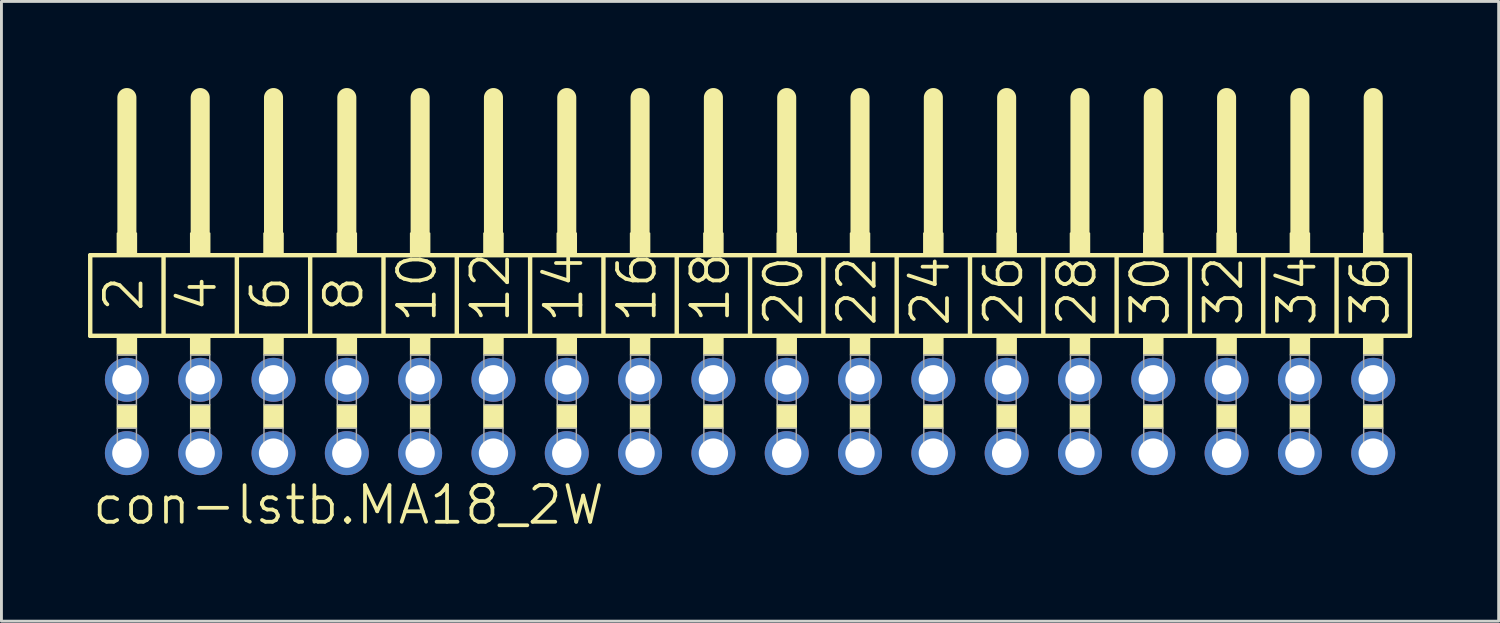
<source format=kicad_pcb>
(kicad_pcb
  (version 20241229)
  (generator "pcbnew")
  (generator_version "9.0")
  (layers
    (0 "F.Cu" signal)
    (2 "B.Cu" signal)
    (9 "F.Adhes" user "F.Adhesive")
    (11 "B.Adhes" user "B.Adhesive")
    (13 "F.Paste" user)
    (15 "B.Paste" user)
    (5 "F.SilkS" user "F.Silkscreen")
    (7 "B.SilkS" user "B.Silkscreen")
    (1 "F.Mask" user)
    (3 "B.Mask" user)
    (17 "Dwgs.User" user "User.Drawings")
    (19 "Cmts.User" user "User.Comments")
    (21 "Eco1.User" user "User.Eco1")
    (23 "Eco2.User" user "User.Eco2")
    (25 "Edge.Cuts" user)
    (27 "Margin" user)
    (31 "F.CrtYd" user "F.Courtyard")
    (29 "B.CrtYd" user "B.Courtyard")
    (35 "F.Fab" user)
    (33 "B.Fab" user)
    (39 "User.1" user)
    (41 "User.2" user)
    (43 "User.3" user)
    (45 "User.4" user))
  (footprint "con-lstb.MA18_2W"
    (layer "F.Cu")
    (at 22.936 11.379)
    (property "Reference" "con-lstb.MA18_2W" (at -22.86 3.81 0) (layer "F.SilkS") (effects (font (size 1.27 1.27) (thickness 0.13)) (justify left bottom)))
    (attr through_hole)
    (fp_line (start -22.86 -5.588) (end -20.32 -5.588) (stroke (width 0.152) (type default)) (layer "F.SilkS"))
    (fp_line (start -22.86 -2.794) (end -22.86 -5.588) (stroke (width 0.152) (type default)) (layer "F.SilkS"))
    (fp_line (start -21.59 -6.35) (end -21.59 -11.049) (stroke (width 0.66) (type default)) (layer "F.SilkS"))
    (fp_line (start -20.32 -5.588) (end -17.78 -5.588) (stroke (width 0.152) (type default)) (layer "F.SilkS"))
    (fp_line (start -20.32 -2.794) (end -22.86 -2.794) (stroke (width 0.152) (type default)) (layer "F.SilkS"))
    (fp_line (start -20.32 -2.794) (end -20.32 -5.588) (stroke (width 0.152) (type default)) (layer "F.SilkS"))
    (fp_line (start -20.32 -2.794) (end -17.78 -2.794) (stroke (width 0.152) (type default)) (layer "F.SilkS"))
    (fp_line (start -19.05 -6.35) (end -19.05 -11.049) (stroke (width 0.66) (type default)) (layer "F.SilkS"))
    (fp_line (start -17.78 -5.588) (end -15.24 -5.588) (stroke (width 0.152) (type default)) (layer "F.SilkS"))
    (fp_line (start -17.78 -2.794) (end -17.78 -5.588) (stroke (width 0.152) (type default)) (layer "F.SilkS"))
    (fp_line (start -16.51 -6.35) (end -16.51 -11.049) (stroke (width 0.66) (type default)) (layer "F.SilkS"))
    (fp_line (start -15.24 -5.588) (end -12.7 -5.588) (stroke (width 0.152) (type default)) (layer "F.SilkS"))
    (fp_line (start -15.24 -2.794) (end -17.78 -2.794) (stroke (width 0.152) (type default)) (layer "F.SilkS"))
    (fp_line (start -15.24 -2.794) (end -15.24 -5.588) (stroke (width 0.152) (type default)) (layer "F.SilkS"))
    (fp_line (start -13.97 -6.35) (end -13.97 -11.049) (stroke (width 0.66) (type default)) (layer "F.SilkS"))
    (fp_line (start -12.7 -5.588) (end -10.16 -5.588) (stroke (width 0.152) (type default)) (layer "F.SilkS"))
    (fp_line (start -12.7 -2.794) (end -15.24 -2.794) (stroke (width 0.152) (type default)) (layer "F.SilkS"))
    (fp_line (start -12.7 -2.794) (end -12.7 -5.588) (stroke (width 0.152) (type default)) (layer "F.SilkS"))
    (fp_line (start -11.43 -6.35) (end -11.43 -11.049) (stroke (width 0.66) (type default)) (layer "F.SilkS"))
    (fp_line (start -10.16 -5.588) (end -7.62 -5.588) (stroke (width 0.152) (type default)) (layer "F.SilkS"))
    (fp_line (start -10.16 -2.794) (end -12.7 -2.794) (stroke (width 0.152) (type default)) (layer "F.SilkS"))
    (fp_line (start -10.16 -2.794) (end -10.16 -5.588) (stroke (width 0.152) (type default)) (layer "F.SilkS"))
    (fp_line (start -8.89 -6.35) (end -8.89 -11.049) (stroke (width 0.66) (type default)) (layer "F.SilkS"))
    (fp_line (start -7.62 -5.588) (end -5.08 -5.588) (stroke (width 0.152) (type default)) (layer "F.SilkS"))
    (fp_line (start -7.62 -2.794) (end -10.16 -2.794) (stroke (width 0.152) (type default)) (layer "F.SilkS"))
    (fp_line (start -7.62 -2.794) (end -7.62 -5.588) (stroke (width 0.152) (type default)) (layer "F.SilkS"))
    (fp_line (start -7.62 -2.794) (end -5.08 -2.794) (stroke (width 0.152) (type default)) (layer "F.SilkS"))
    (fp_line (start -6.35 -6.35) (end -6.35 -11.049) (stroke (width 0.66) (type default)) (layer "F.SilkS"))
    (fp_line (start -5.08 -5.588) (end -2.54 -5.588) (stroke (width 0.152) (type default)) (layer "F.SilkS"))
    (fp_line (start -5.08 -2.794) (end -5.08 -5.588) (stroke (width 0.152) (type default)) (layer "F.SilkS"))
    (fp_line (start -3.81 -6.35) (end -3.81 -11.049) (stroke (width 0.66) (type default)) (layer "F.SilkS"))
    (fp_line (start -2.54 -5.588) (end 0 -5.588) (stroke (width 0.152) (type default)) (layer "F.SilkS"))
    (fp_line (start -2.54 -2.794) (end -5.08 -2.794) (stroke (width 0.152) (type default)) (layer "F.SilkS"))
    (fp_line (start -2.54 -2.794) (end -2.54 -5.588) (stroke (width 0.152) (type default)) (layer "F.SilkS"))
    (fp_line (start -1.27 -6.35) (end -1.27 -11.049) (stroke (width 0.66) (type default)) (layer "F.SilkS"))
    (fp_line (start 0 -5.588) (end 2.54 -5.588) (stroke (width 0.152) (type default)) (layer "F.SilkS"))
    (fp_line (start 0 -2.794) (end -2.54 -2.794) (stroke (width 0.152) (type default)) (layer "F.SilkS"))
    (fp_line (start 0 -2.794) (end 0 -5.588) (stroke (width 0.152) (type default)) (layer "F.SilkS"))
    (fp_line (start 1.27 -6.35) (end 1.27 -11.049) (stroke (width 0.66) (type default)) (layer "F.SilkS"))
    (fp_line (start 2.54 -5.588) (end 5.08 -5.588) (stroke (width 0.152) (type default)) (layer "F.SilkS"))
    (fp_line (start 2.54 -2.794) (end 0 -2.794) (stroke (width 0.152) (type default)) (layer "F.SilkS"))
    (fp_line (start 2.54 -2.794) (end 2.54 -5.588) (stroke (width 0.152) (type default)) (layer "F.SilkS"))
    (fp_line (start 3.81 -6.35) (end 3.81 -11.049) (stroke (width 0.66) (type default)) (layer "F.SilkS"))
    (fp_line (start 5.08 -5.588) (end 7.62 -5.588) (stroke (width 0.152) (type default)) (layer "F.SilkS"))
    (fp_line (start 5.08 -2.794) (end 2.54 -2.794) (stroke (width 0.152) (type default)) (layer "F.SilkS"))
    (fp_line (start 5.08 -2.794) (end 5.08 -5.588) (stroke (width 0.152) (type default)) (layer "F.SilkS"))
    (fp_line (start 5.08 -2.794) (end 7.62 -2.794) (stroke (width 0.152) (type default)) (layer "F.SilkS"))
    (fp_line (start 6.35 -6.35) (end 6.35 -11.049) (stroke (width 0.66) (type default)) (layer "F.SilkS"))
    (fp_line (start 7.62 -5.588) (end 10.16 -5.588) (stroke (width 0.152) (type default)) (layer "F.SilkS"))
    (fp_line (start 7.62 -2.794) (end 7.62 -5.588) (stroke (width 0.152) (type default)) (layer "F.SilkS"))
    (fp_line (start 8.89 -6.35) (end 8.89 -11.049) (stroke (width 0.66) (type default)) (layer "F.SilkS"))
    (fp_line (start 10.16 -5.588) (end 12.7 -5.588) (stroke (width 0.152) (type default)) (layer "F.SilkS"))
    (fp_line (start 10.16 -2.794) (end 7.62 -2.794) (stroke (width 0.152) (type default)) (layer "F.SilkS"))
    (fp_line (start 10.16 -2.794) (end 10.16 -5.588) (stroke (width 0.152) (type default)) (layer "F.SilkS"))
    (fp_line (start 11.43 -6.35) (end 11.43 -11.049) (stroke (width 0.66) (type default)) (layer "F.SilkS"))
    (fp_line (start 12.7 -5.588) (end 15.24 -5.588) (stroke (width 0.152) (type default)) (layer "F.SilkS"))
    (fp_line (start 12.7 -2.794) (end 10.16 -2.794) (stroke (width 0.152) (type default)) (layer "F.SilkS"))
    (fp_line (start 12.7 -2.794) (end 12.7 -5.588) (stroke (width 0.152) (type default)) (layer "F.SilkS"))
    (fp_line (start 13.97 -6.35) (end 13.97 -11.049) (stroke (width 0.66) (type default)) (layer "F.SilkS"))
    (fp_line (start 15.24 -5.588) (end 17.78 -5.588) (stroke (width 0.152) (type default)) (layer "F.SilkS"))
    (fp_line (start 15.24 -2.794) (end 12.7 -2.794) (stroke (width 0.152) (type default)) (layer "F.SilkS"))
    (fp_line (start 15.24 -2.794) (end 15.24 -5.588) (stroke (width 0.152) (type default)) (layer "F.SilkS"))
    (fp_line (start 16.51 -6.35) (end 16.51 -11.049) (stroke (width 0.66) (type default)) (layer "F.SilkS"))
    (fp_line (start 17.78 -5.588) (end 20.32 -5.588) (stroke (width 0.152) (type default)) (layer "F.SilkS"))
    (fp_line (start 17.78 -2.794) (end 15.24 -2.794) (stroke (width 0.152) (type default)) (layer "F.SilkS"))
    (fp_line (start 17.78 -2.794) (end 17.78 -5.588) (stroke (width 0.152) (type default)) (layer "F.SilkS"))
    (fp_line (start 17.78 -2.794) (end 20.32 -2.794) (stroke (width 0.152) (type default)) (layer "F.SilkS"))
    (fp_line (start 19.05 -6.35) (end 19.05 -11.049) (stroke (width 0.66) (type default)) (layer "F.SilkS"))
    (fp_line (start 20.32 -5.588) (end 22.86 -5.588) (stroke (width 0.152) (type default)) (layer "F.SilkS"))
    (fp_line (start 20.32 -2.794) (end 20.32 -5.588) (stroke (width 0.152) (type default)) (layer "F.SilkS"))
    (fp_line (start 20.32 -2.794) (end 22.86 -2.794) (stroke (width 0.152) (type default)) (layer "F.SilkS"))
    (fp_line (start 21.59 -6.35) (end 21.59 -11.049) (stroke (width 0.66) (type default)) (layer "F.SilkS"))
    (fp_line (start 22.86 -2.794) (end 22.86 -5.588) (stroke (width 0.152) (type default)) (layer "F.SilkS"))
    (fp_rect (start -21.92 -5.588) (end -21.26 -6.35) (stroke (width 0.05) (type default)) (fill yes) (layer "F.SilkS"))
    (fp_rect (start -21.92 -2.134) (end -21.26 -2.794) (stroke (width 0.05) (type default)) (fill yes) (layer "F.SilkS"))
    (fp_rect (start -21.92 0.406) (end -21.26 -0.406) (stroke (width 0.05) (type default)) (fill yes) (layer "F.SilkS"))
    (fp_rect (start -19.38 -5.588) (end -18.72 -6.35) (stroke (width 0.05) (type default)) (fill yes) (layer "F.SilkS"))
    (fp_rect (start -19.38 -2.134) (end -18.72 -2.794) (stroke (width 0.05) (type default)) (fill yes) (layer "F.SilkS"))
    (fp_rect (start -19.38 0.406) (end -18.72 -0.406) (stroke (width 0.05) (type default)) (fill yes) (layer "F.SilkS"))
    (fp_rect (start -16.84 -5.588) (end -16.18 -6.35) (stroke (width 0.05) (type default)) (fill yes) (layer "F.SilkS"))
    (fp_rect (start -16.84 -2.134) (end -16.18 -2.794) (stroke (width 0.05) (type default)) (fill yes) (layer "F.SilkS"))
    (fp_rect (start -16.84 0.406) (end -16.18 -0.406) (stroke (width 0.05) (type default)) (fill yes) (layer "F.SilkS"))
    (fp_rect (start -14.3 -5.588) (end -13.64 -6.35) (stroke (width 0.05) (type default)) (fill yes) (layer "F.SilkS"))
    (fp_rect (start -14.3 -2.134) (end -13.64 -2.794) (stroke (width 0.05) (type default)) (fill yes) (layer "F.SilkS"))
    (fp_rect (start -14.3 0.406) (end -13.64 -0.406) (stroke (width 0.05) (type default)) (fill yes) (layer "F.SilkS"))
    (fp_rect (start -11.76 -5.588) (end -11.1 -6.35) (stroke (width 0.05) (type default)) (fill yes) (layer "F.SilkS"))
    (fp_rect (start -11.76 -2.134) (end -11.1 -2.794) (stroke (width 0.05) (type default)) (fill yes) (layer "F.SilkS"))
    (fp_rect (start -11.76 0.406) (end -11.1 -0.406) (stroke (width 0.05) (type default)) (fill yes) (layer "F.SilkS"))
    (fp_rect (start -9.22 -5.588) (end -8.56 -6.35) (stroke (width 0.05) (type default)) (fill yes) (layer "F.SilkS"))
    (fp_rect (start -9.22 -2.134) (end -8.56 -2.794) (stroke (width 0.05) (type default)) (fill yes) (layer "F.SilkS"))
    (fp_rect (start -9.22 0.406) (end -8.56 -0.406) (stroke (width 0.05) (type default)) (fill yes) (layer "F.SilkS"))
    (fp_rect (start -6.68 -5.588) (end -6.02 -6.35) (stroke (width 0.05) (type default)) (fill yes) (layer "F.SilkS"))
    (fp_rect (start -6.68 -2.134) (end -6.02 -2.794) (stroke (width 0.05) (type default)) (fill yes) (layer "F.SilkS"))
    (fp_rect (start -6.68 0.406) (end -6.02 -0.406) (stroke (width 0.05) (type default)) (fill yes) (layer "F.SilkS"))
    (fp_rect (start -4.14 -5.588) (end -3.48 -6.35) (stroke (width 0.05) (type default)) (fill yes) (layer "F.SilkS"))
    (fp_rect (start -4.14 -2.134) (end -3.48 -2.794) (stroke (width 0.05) (type default)) (fill yes) (layer "F.SilkS"))
    (fp_rect (start -4.14 0.406) (end -3.48 -0.406) (stroke (width 0.05) (type default)) (fill yes) (layer "F.SilkS"))
    (fp_rect (start -1.6 -5.588) (end -0.94 -6.35) (stroke (width 0.05) (type default)) (fill yes) (layer "F.SilkS"))
    (fp_rect (start -1.6 -2.134) (end -0.94 -2.794) (stroke (width 0.05) (type default)) (fill yes) (layer "F.SilkS"))
    (fp_rect (start -1.6 0.406) (end -0.94 -0.406) (stroke (width 0.05) (type default)) (fill yes) (layer "F.SilkS"))
    (fp_rect (start 0.94 -5.588) (end 1.6 -6.35) (stroke (width 0.05) (type default)) (fill yes) (layer "F.SilkS"))
    (fp_rect (start 0.94 -2.134) (end 1.6 -2.794) (stroke (width 0.05) (type default)) (fill yes) (layer "F.SilkS"))
    (fp_rect (start 0.94 0.406) (end 1.6 -0.406) (stroke (width 0.05) (type default)) (fill yes) (layer "F.SilkS"))
    (fp_rect (start 3.48 -5.588) (end 4.14 -6.35) (stroke (width 0.05) (type default)) (fill yes) (layer "F.SilkS"))
    (fp_rect (start 3.48 -2.134) (end 4.14 -2.794) (stroke (width 0.05) (type default)) (fill yes) (layer "F.SilkS"))
    (fp_rect (start 3.48 0.406) (end 4.14 -0.406) (stroke (width 0.05) (type default)) (fill yes) (layer "F.SilkS"))
    (fp_rect (start 6.02 -5.588) (end 6.68 -6.35) (stroke (width 0.05) (type default)) (fill yes) (layer "F.SilkS"))
    (fp_rect (start 6.02 -2.134) (end 6.68 -2.794) (stroke (width 0.05) (type default)) (fill yes) (layer "F.SilkS"))
    (fp_rect (start 6.02 0.406) (end 6.68 -0.406) (stroke (width 0.05) (type default)) (fill yes) (layer "F.SilkS"))
    (fp_rect (start 8.56 -5.588) (end 9.22 -6.35) (stroke (width 0.05) (type default)) (fill yes) (layer "F.SilkS"))
    (fp_rect (start 8.56 -2.134) (end 9.22 -2.794) (stroke (width 0.05) (type default)) (fill yes) (layer "F.SilkS"))
    (fp_rect (start 8.56 0.406) (end 9.22 -0.406) (stroke (width 0.05) (type default)) (fill yes) (layer "F.SilkS"))
    (fp_rect (start 11.1 -5.588) (end 11.76 -6.35) (stroke (width 0.05) (type default)) (fill yes) (layer "F.SilkS"))
    (fp_rect (start 11.1 -2.134) (end 11.76 -2.794) (stroke (width 0.05) (type default)) (fill yes) (layer "F.SilkS"))
    (fp_rect (start 11.1 0.406) (end 11.76 -0.406) (stroke (width 0.05) (type default)) (fill yes) (layer "F.SilkS"))
    (fp_rect (start 13.64 -5.588) (end 14.3 -6.35) (stroke (width 0.05) (type default)) (fill yes) (layer "F.SilkS"))
    (fp_rect (start 13.64 -2.134) (end 14.3 -2.794) (stroke (width 0.05) (type default)) (fill yes) (layer "F.SilkS"))
    (fp_rect (start 13.64 0.406) (end 14.3 -0.406) (stroke (width 0.05) (type default)) (fill yes) (layer "F.SilkS"))
    (fp_rect (start 16.18 -5.588) (end 16.84 -6.35) (stroke (width 0.05) (type default)) (fill yes) (layer "F.SilkS"))
    (fp_rect (start 16.18 -2.134) (end 16.84 -2.794) (stroke (width 0.05) (type default)) (fill yes) (layer "F.SilkS"))
    (fp_rect (start 16.18 0.406) (end 16.84 -0.406) (stroke (width 0.05) (type default)) (fill yes) (layer "F.SilkS"))
    (fp_rect (start 18.72 -5.588) (end 19.38 -6.35) (stroke (width 0.05) (type default)) (fill yes) (layer "F.SilkS"))
    (fp_rect (start 18.72 -2.134) (end 19.38 -2.794) (stroke (width 0.05) (type default)) (fill yes) (layer "F.SilkS"))
    (fp_rect (start 18.72 0.406) (end 19.38 -0.406) (stroke (width 0.05) (type default)) (fill yes) (layer "F.SilkS"))
    (fp_rect (start 21.26 -5.588) (end 21.92 -6.35) (stroke (width 0.05) (type default)) (fill yes) (layer "F.SilkS"))
    (fp_rect (start 21.26 -2.134) (end 21.92 -2.794) (stroke (width 0.05) (type default)) (fill yes) (layer "F.SilkS"))
    (fp_rect (start 21.26 0.406) (end 21.92 -0.406) (stroke (width 0.05) (type default)) (fill yes) (layer "F.SilkS"))
    (fp_rect (start -21.92 -0.406) (end -21.26 -2.134) (stroke (width 0.05) (type default)) (fill no) (layer "F.Fab"))
    (fp_rect (start -21.92 1.575) (end -21.26 0.406) (stroke (width 0.05) (type default)) (fill no) (layer "F.Fab"))
    (fp_rect (start -19.38 -0.406) (end -18.72 -2.134) (stroke (width 0.05) (type default)) (fill no) (layer "F.Fab"))
    (fp_rect (start -19.38 1.575) (end -18.72 0.406) (stroke (width 0.05) (type default)) (fill no) (layer "F.Fab"))
    (fp_rect (start -16.84 -0.406) (end -16.18 -2.134) (stroke (width 0.05) (type default)) (fill no) (layer "F.Fab"))
    (fp_rect (start -16.84 1.575) (end -16.18 0.406) (stroke (width 0.05) (type default)) (fill no) (layer "F.Fab"))
    (fp_rect (start -14.3 -0.406) (end -13.64 -2.134) (stroke (width 0.05) (type default)) (fill no) (layer "F.Fab"))
    (fp_rect (start -14.3 1.575) (end -13.64 0.406) (stroke (width 0.05) (type default)) (fill no) (layer "F.Fab"))
    (fp_rect (start -11.76 -0.406) (end -11.1 -2.134) (stroke (width 0.05) (type default)) (fill no) (layer "F.Fab"))
    (fp_rect (start -11.76 1.575) (end -11.1 0.406) (stroke (width 0.05) (type default)) (fill no) (layer "F.Fab"))
    (fp_rect (start -9.22 -0.406) (end -8.56 -2.134) (stroke (width 0.05) (type default)) (fill no) (layer "F.Fab"))
    (fp_rect (start -9.22 1.575) (end -8.56 0.406) (stroke (width 0.05) (type default)) (fill no) (layer "F.Fab"))
    (fp_rect (start -6.68 -0.406) (end -6.02 -2.134) (stroke (width 0.05) (type default)) (fill no) (layer "F.Fab"))
    (fp_rect (start -6.68 1.575) (end -6.02 0.406) (stroke (width 0.05) (type default)) (fill no) (layer "F.Fab"))
    (fp_rect (start -4.14 -0.406) (end -3.48 -2.134) (stroke (width 0.05) (type default)) (fill no) (layer "F.Fab"))
    (fp_rect (start -4.14 1.575) (end -3.48 0.406) (stroke (width 0.05) (type default)) (fill no) (layer "F.Fab"))
    (fp_rect (start -1.6 -0.406) (end -0.94 -2.134) (stroke (width 0.05) (type default)) (fill no) (layer "F.Fab"))
    (fp_rect (start -1.6 1.575) (end -0.94 0.406) (stroke (width 0.05) (type default)) (fill no) (layer "F.Fab"))
    (fp_rect (start 0.94 -0.406) (end 1.6 -2.134) (stroke (width 0.05) (type default)) (fill no) (layer "F.Fab"))
    (fp_rect (start 0.94 1.575) (end 1.6 0.406) (stroke (width 0.05) (type default)) (fill no) (layer "F.Fab"))
    (fp_rect (start 3.48 -0.406) (end 4.14 -2.134) (stroke (width 0.05) (type default)) (fill no) (layer "F.Fab"))
    (fp_rect (start 3.48 1.575) (end 4.14 0.406) (stroke (width 0.05) (type default)) (fill no) (layer "F.Fab"))
    (fp_rect (start 6.02 -0.406) (end 6.68 -2.134) (stroke (width 0.05) (type default)) (fill no) (layer "F.Fab"))
    (fp_rect (start 6.02 1.575) (end 6.68 0.406) (stroke (width 0.05) (type default)) (fill no) (layer "F.Fab"))
    (fp_rect (start 8.56 -0.406) (end 9.22 -2.134) (stroke (width 0.05) (type default)) (fill no) (layer "F.Fab"))
    (fp_rect (start 8.56 1.575) (end 9.22 0.406) (stroke (width 0.05) (type default)) (fill no) (layer "F.Fab"))
    (fp_rect (start 11.1 -0.406) (end 11.76 -2.134) (stroke (width 0.05) (type default)) (fill no) (layer "F.Fab"))
    (fp_rect (start 11.1 1.575) (end 11.76 0.406) (stroke (width 0.05) (type default)) (fill no) (layer "F.Fab"))
    (fp_rect (start 13.64 -0.406) (end 14.3 -2.134) (stroke (width 0.05) (type default)) (fill no) (layer "F.Fab"))
    (fp_rect (start 13.64 1.575) (end 14.3 0.406) (stroke (width 0.05) (type default)) (fill no) (layer "F.Fab"))
    (fp_rect (start 16.18 -0.406) (end 16.84 -2.134) (stroke (width 0.05) (type default)) (fill no) (layer "F.Fab"))
    (fp_rect (start 16.18 1.575) (end 16.84 0.406) (stroke (width 0.05) (type default)) (fill no) (layer "F.Fab"))
    (fp_rect (start 18.72 -0.406) (end 19.38 -2.134) (stroke (width 0.05) (type default)) (fill no) (layer "F.Fab"))
    (fp_rect (start 18.72 1.575) (end 19.38 0.406) (stroke (width 0.05) (type default)) (fill no) (layer "F.Fab"))
    (fp_rect (start 21.26 -0.406) (end 21.92 -2.134) (stroke (width 0.05) (type default)) (fill no) (layer "F.Fab"))
    (fp_rect (start 21.26 1.575) (end 21.92 0.406) (stroke (width 0.05) (type default)) (fill no) (layer "F.Fab"))
    (fp_text user "22" (at 4.445 -3.048 90) (layer "F.SilkS") (effects (font (size 1.27 1.27) (thickness 0.13)) (justify left bottom)))
    (fp_text user "2" (at -20.955 -3.556 90) (layer "F.SilkS") (effects (font (size 1.27 1.27) (thickness 0.13)) (justify left bottom)))
    (fp_text user "28" (at 12.065 -3.048 90) (layer "F.SilkS") (effects (font (size 1.27 1.27) (thickness 0.13)) (justify left bottom)))
    (fp_text user "4" (at -18.415 -3.556 90) (layer "F.SilkS") (effects (font (size 1.27 1.27) (thickness 0.13)) (justify left bottom)))
    (fp_text user "32" (at 17.145 -3.048 90) (layer "F.SilkS") (effects (font (size 1.27 1.27) (thickness 0.13)) (justify left bottom)))
    (fp_text user "6" (at -15.875 -3.556 90) (layer "F.SilkS") (effects (font (size 1.27 1.27) (thickness 0.13)) (justify left bottom)))
    (fp_text user "36" (at 22.225 -3.048 90) (layer "F.SilkS") (effects (font (size 1.27 1.27) (thickness 0.13)) (justify left bottom)))
    (fp_text user "34" (at 19.685 -3.048 90) (layer "F.SilkS") (effects (font (size 1.27 1.27) (thickness 0.13)) (justify left bottom)))
    (fp_text user "16" (at -3.175 -3.175 90) (layer "F.SilkS") (effects (font (size 1.27 1.27) (thickness 0.13)) (justify left bottom)))
    (fp_text user "26" (at 9.525 -3.048 90) (layer "F.SilkS") (effects (font (size 1.27 1.27) (thickness 0.13)) (justify left bottom)))
    (fp_text user "24" (at 6.985 -3.048 90) (layer "F.SilkS") (effects (font (size 1.27 1.27) (thickness 0.13)) (justify left bottom)))
    (fp_text user "18" (at -0.635 -3.175 90) (layer "F.SilkS") (effects (font (size 1.27 1.27) (thickness 0.13)) (justify left bottom)))
    (fp_text user "30" (at 14.605 -3.048 90) (layer "F.SilkS") (effects (font (size 1.27 1.27) (thickness 0.13)) (justify left bottom)))
    (fp_text user "14" (at -5.715 -3.175 90) (layer "F.SilkS") (effects (font (size 1.27 1.27) (thickness 0.13)) (justify left bottom)))
    (fp_text user "12" (at -8.255 -3.175 90) (layer "F.SilkS") (effects (font (size 1.27 1.27) (thickness 0.13)) (justify left bottom)))
    (fp_text user "20" (at 1.905 -3.048 90) (layer "F.SilkS") (effects (font (size 1.27 1.27) (thickness 0.13)) (justify left bottom)))
    (fp_text user "10" (at -10.795 -3.175 90) (layer "F.SilkS") (effects (font (size 1.27 1.27) (thickness 0.13)) (justify left bottom)))
    (fp_text user "8" (at -13.335 -3.556 90) (layer "F.SilkS") (effects (font (size 1.27 1.27) (thickness 0.13)) (justify left bottom)))
    (pad "1" thru_hole circle (at -21.59 1.27) (size 1.524 1.524) (drill 1.016) (layers "*.Cu" "*.Mask"))
    (pad "2" thru_hole circle (at -21.59 -1.27) (size 1.524 1.524) (drill 1.016) (layers "*.Cu" "*.Mask"))
    (pad "3" thru_hole circle (at -19.05 1.27) (size 1.524 1.524) (drill 1.016) (layers "*.Cu" "*.Mask"))
    (pad "4" thru_hole circle (at -19.05 -1.27) (size 1.524 1.524) (drill 1.016) (layers "*.Cu" "*.Mask"))
    (pad "5" thru_hole circle (at -16.51 1.27) (size 1.524 1.524) (drill 1.016) (layers "*.Cu" "*.Mask"))
    (pad "6" thru_hole circle (at -16.51 -1.27) (size 1.524 1.524) (drill 1.016) (layers "*.Cu" "*.Mask"))
    (pad "7" thru_hole circle (at -13.97 1.27) (size 1.524 1.524) (drill 1.016) (layers "*.Cu" "*.Mask"))
    (pad "8" thru_hole circle (at -13.97 -1.27) (size 1.524 1.524) (drill 1.016) (layers "*.Cu" "*.Mask"))
    (pad "9" thru_hole circle (at -11.43 1.27) (size 1.524 1.524) (drill 1.016) (layers "*.Cu" "*.Mask"))
    (pad "10" thru_hole circle (at -11.43 -1.27) (size 1.524 1.524) (drill 1.016) (layers "*.Cu" "*.Mask"))
    (pad "11" thru_hole circle (at -8.89 1.27) (size 1.524 1.524) (drill 1.016) (layers "*.Cu" "*.Mask"))
    (pad "12" thru_hole circle (at -8.89 -1.27) (size 1.524 1.524) (drill 1.016) (layers "*.Cu" "*.Mask"))
    (pad "13" thru_hole circle (at -6.35 1.27) (size 1.524 1.524) (drill 1.016) (layers "*.Cu" "*.Mask"))
    (pad "14" thru_hole circle (at -6.35 -1.27) (size 1.524 1.524) (drill 1.016) (layers "*.Cu" "*.Mask"))
    (pad "15" thru_hole circle (at -3.81 1.27) (size 1.524 1.524) (drill 1.016) (layers "*.Cu" "*.Mask"))
    (pad "16" thru_hole circle (at -3.81 -1.27) (size 1.524 1.524) (drill 1.016) (layers "*.Cu" "*.Mask"))
    (pad "17" thru_hole circle (at -1.27 1.27) (size 1.524 1.524) (drill 1.016) (layers "*.Cu" "*.Mask"))
    (pad "18" thru_hole circle (at -1.27 -1.27) (size 1.524 1.524) (drill 1.016) (layers "*.Cu" "*.Mask"))
    (pad "19" thru_hole circle (at 1.27 1.27) (size 1.524 1.524) (drill 1.016) (layers "*.Cu" "*.Mask"))
    (pad "20" thru_hole circle (at 1.27 -1.27) (size 1.524 1.524) (drill 1.016) (layers "*.Cu" "*.Mask"))
    (pad "21" thru_hole circle (at 3.81 1.27) (size 1.524 1.524) (drill 1.016) (layers "*.Cu" "*.Mask"))
    (pad "22" thru_hole circle (at 3.81 -1.27) (size 1.524 1.524) (drill 1.016) (layers "*.Cu" "*.Mask"))
    (pad "23" thru_hole circle (at 6.35 1.27) (size 1.524 1.524) (drill 1.016) (layers "*.Cu" "*.Mask"))
    (pad "24" thru_hole circle (at 6.35 -1.27) (size 1.524 1.524) (drill 1.016) (layers "*.Cu" "*.Mask"))
    (pad "25" thru_hole circle (at 8.89 1.27) (size 1.524 1.524) (drill 1.016) (layers "*.Cu" "*.Mask"))
    (pad "26" thru_hole circle (at 8.89 -1.27) (size 1.524 1.524) (drill 1.016) (layers "*.Cu" "*.Mask"))
    (pad "27" thru_hole circle (at 11.43 1.27) (size 1.524 1.524) (drill 1.016) (layers "*.Cu" "*.Mask"))
    (pad "28" thru_hole circle (at 11.43 -1.27) (size 1.524 1.524) (drill 1.016) (layers "*.Cu" "*.Mask"))
    (pad "29" thru_hole circle (at 13.97 1.27) (size 1.524 1.524) (drill 1.016) (layers "*.Cu" "*.Mask"))
    (pad "30" thru_hole circle (at 13.97 -1.27) (size 1.524 1.524) (drill 1.016) (layers "*.Cu" "*.Mask"))
    (pad "31" thru_hole circle (at 16.51 1.27) (size 1.524 1.524) (drill 1.016) (layers "*.Cu" "*.Mask"))
    (pad "32" thru_hole circle (at 16.51 -1.27) (size 1.524 1.524) (drill 1.016) (layers "*.Cu" "*.Mask"))
    (pad "33" thru_hole circle (at 19.05 1.27) (size 1.524 1.524) (drill 1.016) (layers "*.Cu" "*.Mask"))
    (pad "34" thru_hole circle (at 19.05 -1.27) (size 1.524 1.524) (drill 1.016) (layers "*.Cu" "*.Mask"))
    (pad "35" thru_hole circle (at 21.59 1.27) (size 1.524 1.524) (drill 1.016) (layers "*.Cu" "*.Mask"))
    (pad "36" thru_hole circle (at 21.59 -1.27) (size 1.524 1.524) (drill 1.016) (layers "*.Cu" "*.Mask")))
  (gr_rect
    (start -3 -3)
    (end 48.872 18.471)
    (stroke (width 0.1) (type default))
    (fill no)
    (layer "Edge.Cuts")))
</source>
